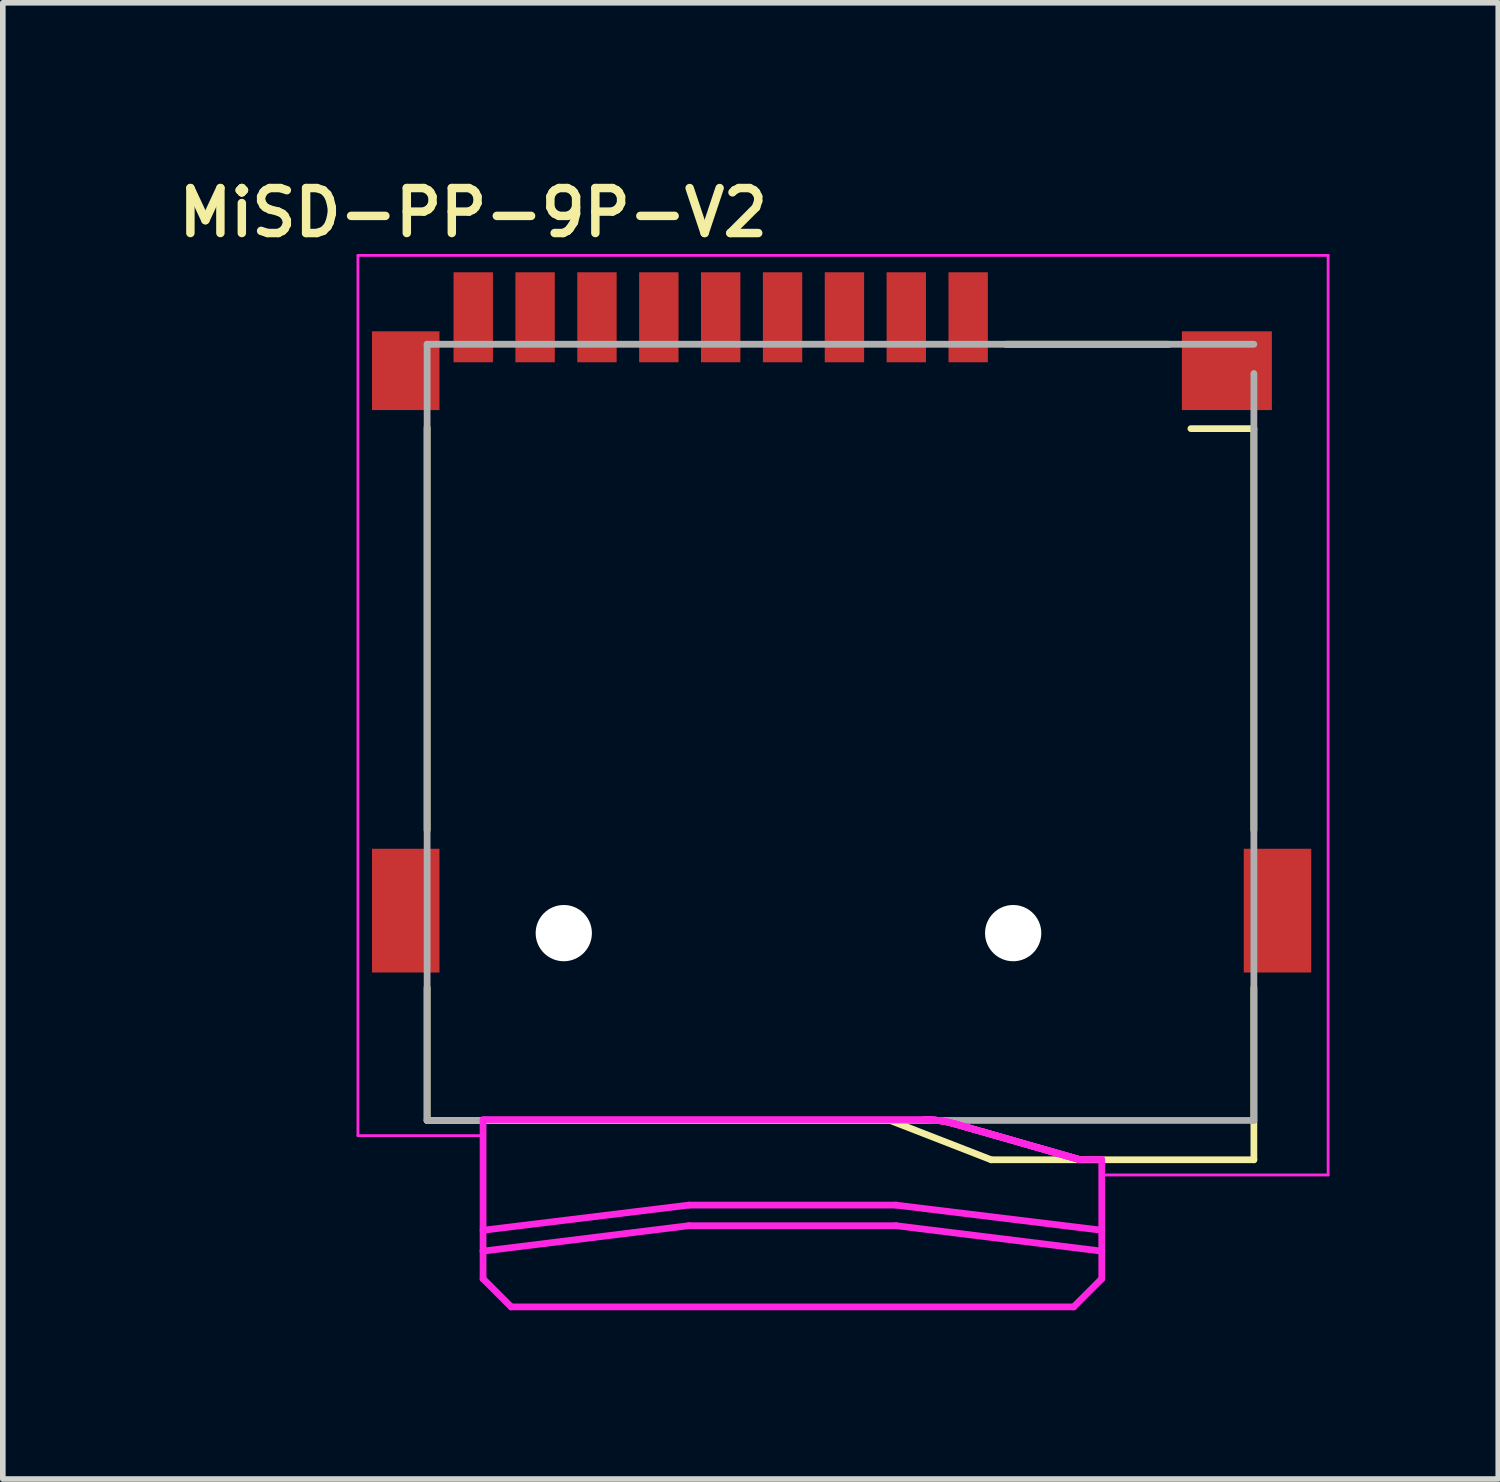
<source format=kicad_pcb>
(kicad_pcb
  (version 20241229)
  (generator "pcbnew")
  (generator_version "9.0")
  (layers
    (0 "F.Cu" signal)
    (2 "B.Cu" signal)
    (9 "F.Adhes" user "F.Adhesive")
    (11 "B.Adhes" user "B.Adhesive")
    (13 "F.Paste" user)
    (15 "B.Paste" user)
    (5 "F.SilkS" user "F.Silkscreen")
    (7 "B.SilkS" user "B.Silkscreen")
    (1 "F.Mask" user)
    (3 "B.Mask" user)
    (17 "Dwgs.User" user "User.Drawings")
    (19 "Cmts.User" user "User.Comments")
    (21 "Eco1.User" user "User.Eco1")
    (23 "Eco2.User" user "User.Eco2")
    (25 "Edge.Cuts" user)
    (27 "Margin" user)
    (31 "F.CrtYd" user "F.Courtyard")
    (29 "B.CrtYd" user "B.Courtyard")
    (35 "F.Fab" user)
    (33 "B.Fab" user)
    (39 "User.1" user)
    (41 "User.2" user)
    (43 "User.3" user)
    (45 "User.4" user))
  (footprint "MiSD-PP-9P-V2"
    (layer "F.Cu")
    (at 5.364 2.591)
    (property "Reference" "MiSD-PP-9P-V2" (at 0 -1.86 0) (layer "F.SilkS") (effects (font (size 0.8 0.8) (thickness 0.15))))
    (attr through_hole)
    (fp_line (start -0.82 1.96) (end -0.82 9.12) (stroke (width 0.12) (type solid)) (layer "F.SilkS"))
    (fp_line (start -0.82 14.28) (end -0.82 11.92) (stroke (width 0.12) (type solid)) (layer "F.SilkS"))
    (fp_line (start -0.82 14.28) (end 7.41 14.28) (stroke (width 0.12) (type solid)) (layer "F.SilkS"))
    (fp_line (start 9.21 14.98) (end 7.41 14.28) (stroke (width 0.12) (type solid)) (layer "F.SilkS"))
    (fp_line (start 12.37 0.48) (end 9.47 0.48) (stroke (width 0.12) (type solid)) (layer "F.SilkS"))
    (fp_line (start 13.88 1.98) (end 12.76 1.98) (stroke (width 0.12) (type solid)) (layer "F.SilkS"))
    (fp_line (start 13.88 9.12) (end 13.88 1.98) (stroke (width 0.12) (type solid)) (layer "F.SilkS"))
    (fp_line (start 13.88 14.98) (end 9.21 14.98) (stroke (width 0.12) (type solid)) (layer "F.SilkS"))
    (fp_line (start 13.88 14.98) (end 13.88 11.92) (stroke (width 0.12) (type solid)) (layer "F.SilkS"))
    (fp_line (start -2.05 -1.1) (end -2.05 14.55) (stroke (width 0.05) (type solid)) (layer "F.CrtYd"))
    (fp_line (start -2.05 -1.1) (end 15.2 -1.1) (stroke (width 0.05) (type solid)) (layer "F.CrtYd"))
    (fp_line (start -2.05 14.55) (end 0.175 14.55) (stroke (width 0.05) (type solid)) (layer "F.CrtYd"))
    (fp_line (start 0.175 16.233) (end 3.833 15.786) (stroke (width 0.12) (type solid)) (layer "F.CrtYd"))
    (fp_line (start 0.175 16.604) (end 0.175 14.275) (stroke (width 0.12) (type solid)) (layer "F.CrtYd"))
    (fp_line (start 0.175 16.604) (end 0.175 17.096) (stroke (width 0.12) (type solid)) (layer "F.CrtYd"))
    (fp_line (start 0.175 17.096) (end 0.675 17.596) (stroke (width 0.12) (type solid)) (layer "F.CrtYd"))
    (fp_line (start 0.675 17.596) (end 10.675 17.596) (stroke (width 0.12) (type solid)) (layer "F.CrtYd"))
    (fp_line (start 3.832 16.152) (end 0.175 16.604) (stroke (width 0.12) (type solid)) (layer "F.CrtYd"))
    (fp_line (start 3.833 15.786) (end 7.517 15.786) (stroke (width 0.12) (type solid)) (layer "F.CrtYd"))
    (fp_line (start 7.517 15.786) (end 11.175 16.233) (stroke (width 0.12) (type solid)) (layer "F.CrtYd"))
    (fp_line (start 7.518 16.152) (end 3.832 16.152) (stroke (width 0.12) (type solid)) (layer "F.CrtYd"))
    (fp_line (start 8.025 14.265) (end 0.175 14.265) (stroke (width 0.12) (type solid)) (layer "F.CrtYd"))
    (fp_line (start 8.025 14.265) (end 8.025 14.265) (stroke (width 0.12) (type solid)) (layer "F.CrtYd"))
    (fp_line (start 8.562 14.341) (end 8.562 14.341) (stroke (width 0.12) (type solid)) (layer "F.CrtYd"))
    (fp_line (start 8.562 14.341) (end 8.562 14.341) (stroke (width 0.12) (type solid)) (layer "F.CrtYd"))
    (fp_line (start 8.562 14.341) (end 10.775 14.975) (stroke (width 0.12) (type solid)) (layer "F.CrtYd"))
    (fp_line (start 8.562 14.341) (end 10.775 14.975) (stroke (width 0.12) (type solid)) (layer "F.CrtYd"))
    (fp_line (start 8.562 14.341) (end 10.775 14.975) (stroke (width 0.12) (type solid)) (layer "F.CrtYd"))
    (fp_line (start 10.675 17.596) (end 11.175 17.096) (stroke (width 0.12) (type solid)) (layer "F.CrtYd"))
    (fp_line (start 10.775 14.975) (end 8.562 14.341) (stroke (width 0.12) (type solid)) (layer "F.CrtYd"))
    (fp_line (start 10.775 14.975) (end 8.562 14.341) (stroke (width 0.12) (type solid)) (layer "F.CrtYd"))
    (fp_line (start 10.775 14.975) (end 10.775 14.975) (stroke (width 0.12) (type solid)) (layer "F.CrtYd"))
    (fp_line (start 11.175 14.975) (end 10.775 14.975) (stroke (width 0.12) (type solid)) (layer "F.CrtYd"))
    (fp_line (start 11.175 16.233) (end 11.175 14.975) (stroke (width 0.12) (type solid)) (layer "F.CrtYd"))
    (fp_line (start 11.175 16.233) (end 11.175 16.604) (stroke (width 0.12) (type solid)) (layer "F.CrtYd"))
    (fp_line (start 11.175 16.604) (end 7.518 16.152) (stroke (width 0.12) (type solid)) (layer "F.CrtYd"))
    (fp_line (start 11.175 17.096) (end 11.175 16.604) (stroke (width 0.12) (type solid)) (layer "F.CrtYd"))
    (fp_line (start 15.2 15.25) (end 11.175 15.25) (stroke (width 0.05) (type solid)) (layer "F.CrtYd"))
    (fp_line (start 15.2 15.25) (end 15.2 -1.1) (stroke (width 0.05) (type solid)) (layer "F.CrtYd"))
    (fp_arc (start 8.024999 14.264999) (mid 8.296269 14.283968) (end 8.562259 14.340506) (stroke (width 0.12) (type solid)) (layer "F.CrtYd"))
    (fp_arc (start 8.024999 14.264999) (mid 8.296269 14.283968) (end 8.562259 14.340506) (stroke (width 0.12) (type solid)) (layer "F.CrtYd"))
    (fp_arc (start 8.024999 14.264999) (mid 8.296269 14.283968) (end 8.562259 14.340506) (stroke (width 0.12) (type solid)) (layer "F.CrtYd"))
    (fp_arc (start 8.024999 14.264999) (mid 8.296269 14.283968) (end 8.562259 14.340506) (stroke (width 0.12) (type solid)) (layer "F.CrtYd"))
    (fp_arc (start 8.024999 14.264999) (mid 8.296269 14.283968) (end 8.562259 14.340506) (stroke (width 0.12) (type solid)) (layer "F.CrtYd"))
    (fp_line (start -0.82 0.48) (end -0.82 14.28) (stroke (width 0.12) (type solid)) (layer "F.Fab"))
    (fp_line (start -0.82 0.48) (end 13.88 0.48) (stroke (width 0.12) (type solid)) (layer "F.Fab"))
    (fp_line (start -0.82 14.28) (end 13.88 14.28) (stroke (width 0.12) (type solid)) (layer "F.Fab"))
    (fp_line (start 13.88 14.28) (end 13.88 1) (stroke (width 0.12) (type solid)) (layer "F.Fab"))
    (pad "" np_thru_hole circle (at 1.61 10.95) (size 1 1) (drill 1) (layers "*.Cu" "*.Mask"))
    (pad "" np_thru_hole circle (at 9.6 10.95) (size 1 1) (drill 1) (layers "*.Cu" "*.Mask"))
    (pad "1" smd rect (at 8.8 0) (size 0.7 1.6) (layers "F.Cu" "F.Mask" "F.Paste"))
    (pad "2" smd rect (at 7.7 0) (size 0.7 1.6) (layers "F.Cu" "F.Mask" "F.Paste"))
    (pad "3" smd rect (at 6.6 0) (size 0.7 1.6) (layers "F.Cu" "F.Mask" "F.Paste"))
    (pad "4" smd rect (at 5.5 0) (size 0.7 1.6) (layers "F.Cu" "F.Mask" "F.Paste"))
    (pad "5" smd rect (at 4.4 0) (size 0.7 1.6) (layers "F.Cu" "F.Mask" "F.Paste"))
    (pad "6" smd rect (at 3.3 0) (size 0.7 1.6) (layers "F.Cu" "F.Mask" "F.Paste"))
    (pad "7" smd rect (at 2.2 0) (size 0.7 1.6) (layers "F.Cu" "F.Mask" "F.Paste"))
    (pad "8" smd rect (at 1.1 0) (size 0.7 1.6) (layers "F.Cu" "F.Mask" "F.Paste"))
    (pad "9" smd rect (at 0 0) (size 0.7 1.6) (layers "F.Cu" "F.Mask" "F.Paste"))
    (pad "10" smd rect (at -1.2 0.95) (size 1.2 1.4) (layers "F.Cu" "F.Mask" "F.Paste"))
    (pad "10" smd rect (at -1.2 10.55) (size 1.2 2.2) (layers "F.Cu" "F.Mask" "F.Paste"))
    (pad "10" smd rect (at 13.4 0.95) (size 1.6 1.4) (layers "F.Cu" "F.Mask" "F.Paste"))
    (pad "10" smd rect (at 14.3 10.55) (size 1.2 2.2) (layers "F.Cu" "F.Mask" "F.Paste")))
  (gr_rect
    (start -3 -3)
    (end 23.589 23.247)
    (stroke (width 0.1) (type default))
    (fill no)
    (layer "Edge.Cuts")))
</source>
